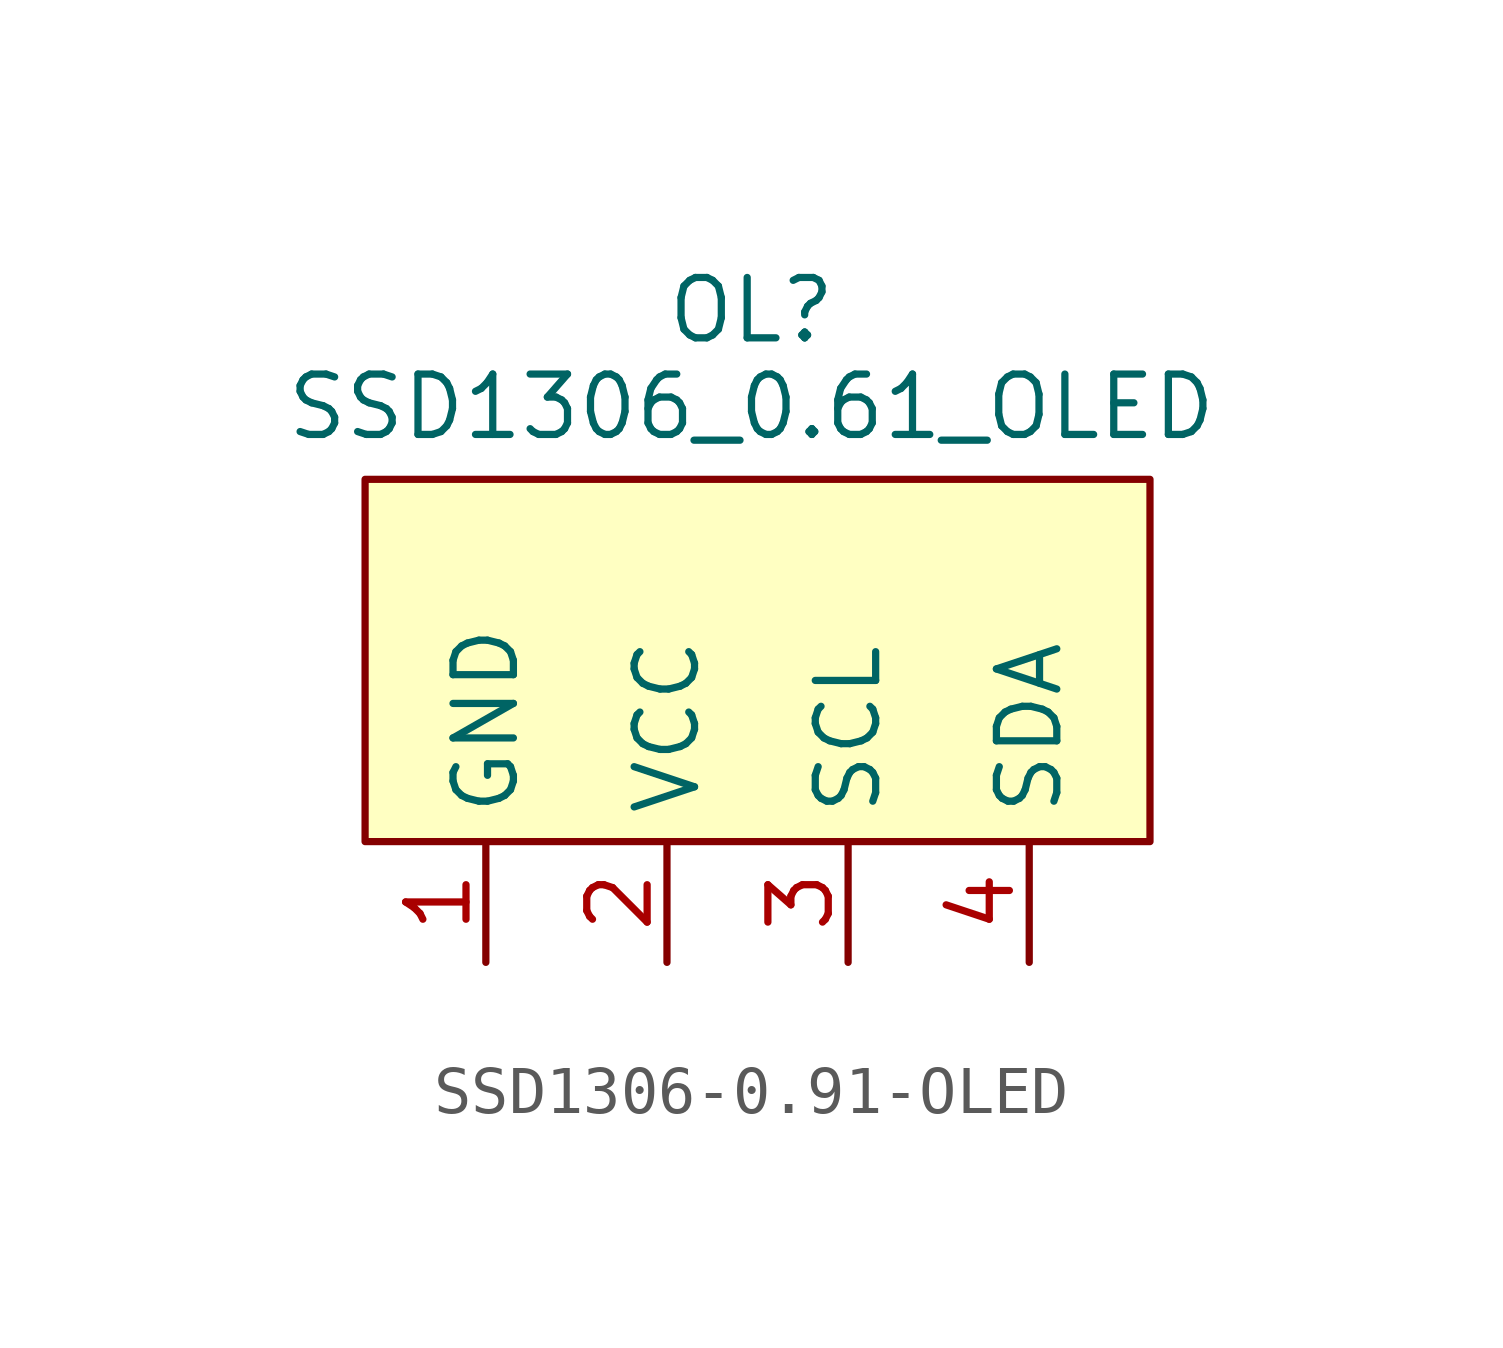
<source format=kicad_sym>
(kicad_symbol_lib
  (version 20241209)
  (generator "kicad_symbol_editor")
  (generator_version "9.0")
  (symbol "SSD1306-0.91-OLED"
    (property "Reference" "OL"
      (at 8.128 3.556 0)
      (effects (font (size 1.27 1.27))))
    (property "Value" "SSD1306_0.61_OLED"
      (at 8.128 1.524 0)
      (effects (font (size 1.27 1.27))))
    (symbol "SSD1306-0.91-OLED_1_1"
      (rectangle (start 0 0) (end 16.51 -7.62) (stroke (width 0) (type solid)) (fill (type background)))
      (pin passive line (at 2.54 -10.16 90) (length 2.54) (name "GND" (effects (font (size 1.27 1.27)))) (number "1" (effects (font (size 1.27 1.27)))))
      (pin passive line (at 6.35 -10.16 90) (length 2.54) (name "VCC" (effects (font (size 1.27 1.27)))) (number "2" (effects (font (size 1.27 1.27)))))
      (pin passive line (at 10.16 -10.16 90) (length 2.54) (name "SCL" (effects (font (size 1.27 1.27)))) (number "3" (effects (font (size 1.27 1.27)))))
      (pin passive line (at 13.97 -10.16 90) (length 2.54) (name "SDA" (effects (font (size 1.27 1.27)))) (number "4" (effects (font (size 1.27 1.27))))))))
</source>
